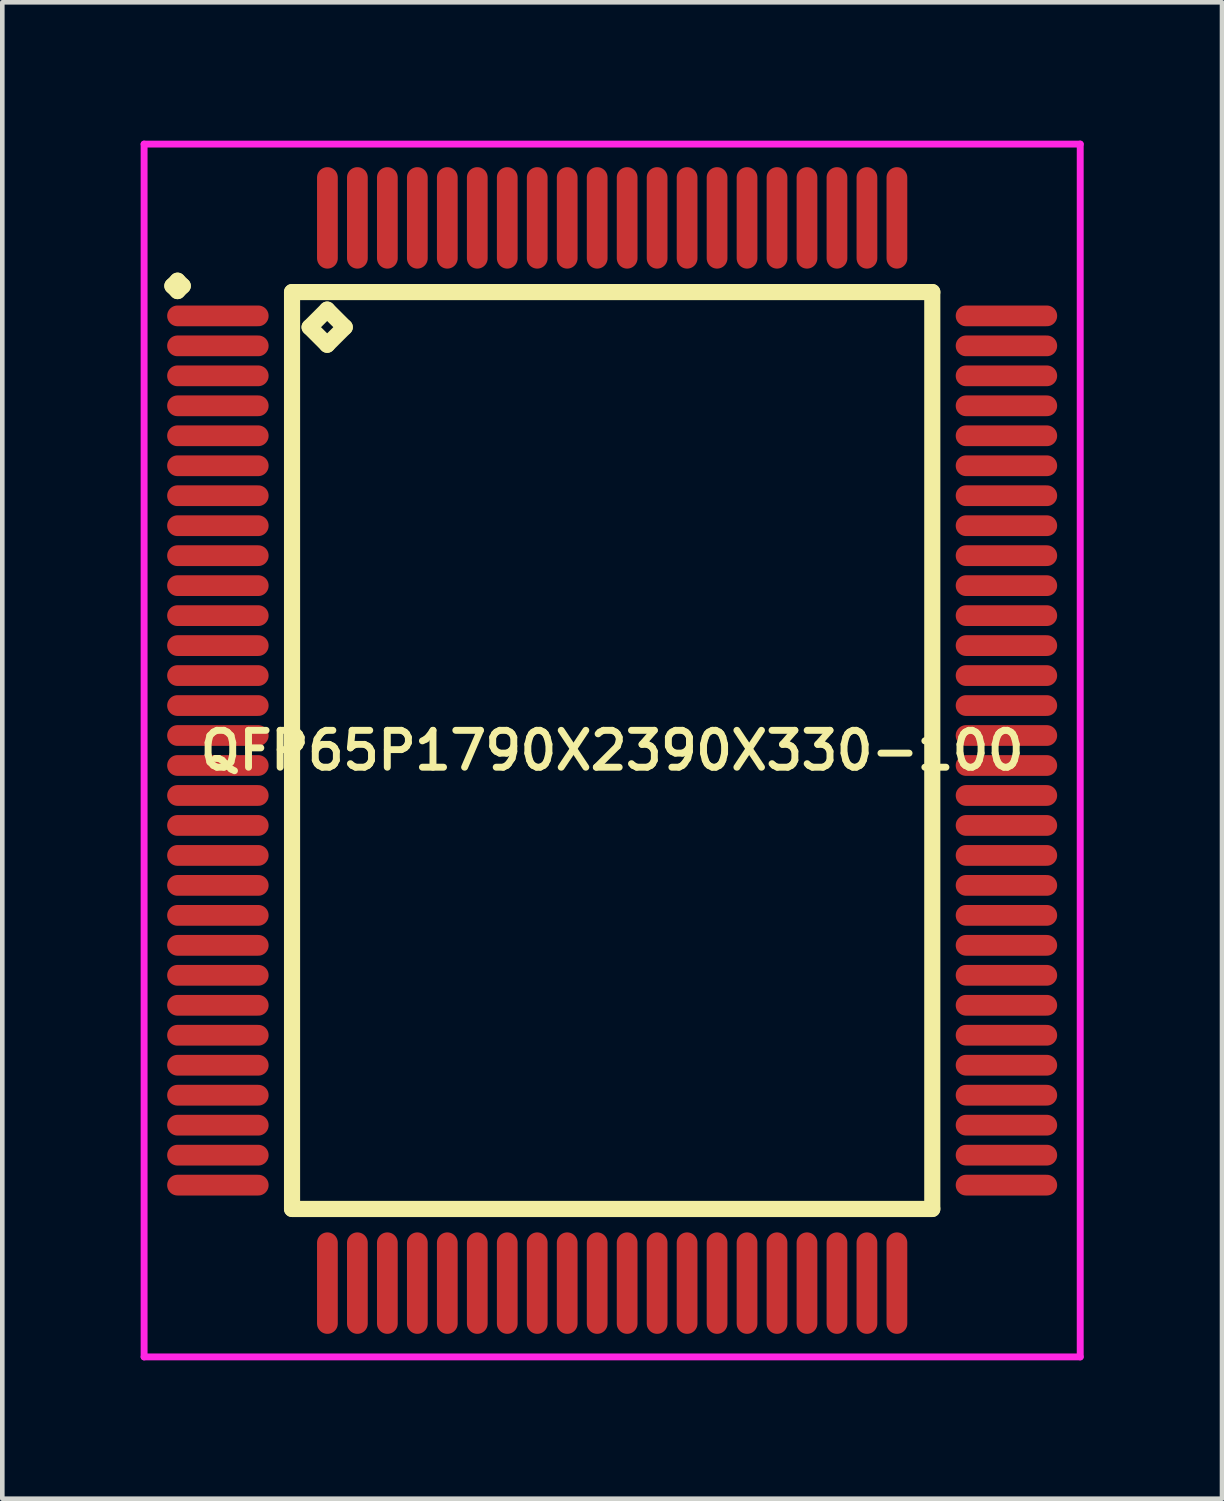
<source format=kicad_pcb>
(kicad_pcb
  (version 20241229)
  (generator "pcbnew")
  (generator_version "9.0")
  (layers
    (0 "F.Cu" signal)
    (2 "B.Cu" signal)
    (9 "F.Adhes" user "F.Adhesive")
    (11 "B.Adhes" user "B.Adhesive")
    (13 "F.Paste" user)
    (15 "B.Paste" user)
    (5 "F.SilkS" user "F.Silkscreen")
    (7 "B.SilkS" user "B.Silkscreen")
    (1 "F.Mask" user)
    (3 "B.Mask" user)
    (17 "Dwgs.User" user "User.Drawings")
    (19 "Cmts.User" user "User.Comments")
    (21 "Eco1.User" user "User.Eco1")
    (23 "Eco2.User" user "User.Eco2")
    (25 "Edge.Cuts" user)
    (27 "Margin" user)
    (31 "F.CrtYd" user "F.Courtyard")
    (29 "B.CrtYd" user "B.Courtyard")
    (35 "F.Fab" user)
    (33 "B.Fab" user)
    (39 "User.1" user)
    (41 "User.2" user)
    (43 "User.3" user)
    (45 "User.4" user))
  (footprint "QFP65P1790X2390X330-100"
    (layer "F.Cu")
    (at 10.225 13.225)
    (property "Reference" "QFP65P1790X2390X330-100" (at 0 0 0) (layer "F.SilkS") (effects (font (size 0.8 0.8) (thickness 0.15))))
    (attr smd)
    (fp_line (start -9.537 -10.075) (end -9.425 -10.188) (stroke (width 0.35) (type solid)) (layer "F.SilkS"))
    (fp_line (start -9.425 -10.188) (end -9.312 -10.075) (stroke (width 0.35) (type solid)) (layer "F.SilkS"))
    (fp_line (start -9.425 -9.963) (end -9.537 -10.075) (stroke (width 0.35) (type solid)) (layer "F.SilkS"))
    (fp_line (start -9.312 -10.075) (end -9.425 -9.963) (stroke (width 0.35) (type solid)) (layer "F.SilkS"))
    (fp_line (start -6.942 -9.942) (end -6.942 9.942) (stroke (width 0.35) (type solid)) (layer "F.SilkS"))
    (fp_line (start -6.942 9.942) (end 6.942 9.942) (stroke (width 0.35) (type solid)) (layer "F.SilkS"))
    (fp_line (start -6.561 -9.18) (end -6.18 -9.561) (stroke (width 0.35) (type solid)) (layer "F.SilkS"))
    (fp_line (start -6.18 -9.561) (end -5.799 -9.18) (stroke (width 0.35) (type solid)) (layer "F.SilkS"))
    (fp_line (start -6.18 -8.799) (end -6.561 -9.18) (stroke (width 0.35) (type solid)) (layer "F.SilkS"))
    (fp_line (start -5.799 -9.18) (end -6.18 -8.799) (stroke (width 0.35) (type solid)) (layer "F.SilkS"))
    (fp_line (start 6.942 -9.942) (end -6.942 -9.942) (stroke (width 0.35) (type solid)) (layer "F.SilkS"))
    (fp_line (start 6.942 9.942) (end 6.942 -9.942) (stroke (width 0.35) (type solid)) (layer "F.SilkS"))
    (fp_line (start -10.15 -13.15) (end 10.15 -13.15) (stroke (width 0.15) (type solid)) (layer "F.CrtYd"))
    (fp_line (start -10.15 13.15) (end -10.15 -13.15) (stroke (width 0.15) (type solid)) (layer "F.CrtYd"))
    (fp_line (start 10.15 -13.15) (end 10.15 13.15) (stroke (width 0.15) (type solid)) (layer "F.CrtYd"))
    (fp_line (start 10.15 13.15) (end -10.15 13.15) (stroke (width 0.15) (type solid)) (layer "F.CrtYd"))
    (pad "1" smd oval (at -8.55 -9.425) (size 2.2 0.45) (layers "F.Cu" "F.Mask" "F.Paste"))
    (pad "2" smd oval (at -8.55 -8.775) (size 2.2 0.45) (layers "F.Cu" "F.Mask" "F.Paste"))
    (pad "3" smd oval (at -8.55 -8.125) (size 2.2 0.45) (layers "F.Cu" "F.Mask" "F.Paste"))
    (pad "4" smd oval (at -8.55 -7.475) (size 2.2 0.45) (layers "F.Cu" "F.Mask" "F.Paste"))
    (pad "5" smd oval (at -8.55 -6.825) (size 2.2 0.45) (layers "F.Cu" "F.Mask" "F.Paste"))
    (pad "6" smd oval (at -8.55 -6.175) (size 2.2 0.45) (layers "F.Cu" "F.Mask" "F.Paste"))
    (pad "7" smd oval (at -8.55 -5.525) (size 2.2 0.45) (layers "F.Cu" "F.Mask" "F.Paste"))
    (pad "8" smd oval (at -8.55 -4.875) (size 2.2 0.45) (layers "F.Cu" "F.Mask" "F.Paste"))
    (pad "9" smd oval (at -8.55 -4.225) (size 2.2 0.45) (layers "F.Cu" "F.Mask" "F.Paste"))
    (pad "10" smd oval (at -8.55 -3.575) (size 2.2 0.45) (layers "F.Cu" "F.Mask" "F.Paste"))
    (pad "11" smd oval (at -8.55 -2.925) (size 2.2 0.45) (layers "F.Cu" "F.Mask" "F.Paste"))
    (pad "12" smd oval (at -8.55 -2.275) (size 2.2 0.45) (layers "F.Cu" "F.Mask" "F.Paste"))
    (pad "13" smd oval (at -8.55 -1.625) (size 2.2 0.45) (layers "F.Cu" "F.Mask" "F.Paste"))
    (pad "14" smd oval (at -8.55 -0.975) (size 2.2 0.45) (layers "F.Cu" "F.Mask" "F.Paste"))
    (pad "15" smd oval (at -8.55 -0.325) (size 2.2 0.45) (layers "F.Cu" "F.Mask" "F.Paste"))
    (pad "16" smd oval (at -8.55 0.325) (size 2.2 0.45) (layers "F.Cu" "F.Mask" "F.Paste"))
    (pad "17" smd oval (at -8.55 0.975) (size 2.2 0.45) (layers "F.Cu" "F.Mask" "F.Paste"))
    (pad "18" smd oval (at -8.55 1.625) (size 2.2 0.45) (layers "F.Cu" "F.Mask" "F.Paste"))
    (pad "19" smd oval (at -8.55 2.275) (size 2.2 0.45) (layers "F.Cu" "F.Mask" "F.Paste"))
    (pad "20" smd oval (at -8.55 2.925) (size 2.2 0.45) (layers "F.Cu" "F.Mask" "F.Paste"))
    (pad "21" smd oval (at -8.55 3.575) (size 2.2 0.45) (layers "F.Cu" "F.Mask" "F.Paste"))
    (pad "22" smd oval (at -8.55 4.225) (size 2.2 0.45) (layers "F.Cu" "F.Mask" "F.Paste"))
    (pad "23" smd oval (at -8.55 4.875) (size 2.2 0.45) (layers "F.Cu" "F.Mask" "F.Paste"))
    (pad "24" smd oval (at -8.55 5.525) (size 2.2 0.45) (layers "F.Cu" "F.Mask" "F.Paste"))
    (pad "25" smd oval (at -8.55 6.175) (size 2.2 0.45) (layers "F.Cu" "F.Mask" "F.Paste"))
    (pad "26" smd oval (at -8.55 6.825) (size 2.2 0.45) (layers "F.Cu" "F.Mask" "F.Paste"))
    (pad "27" smd oval (at -8.55 7.475) (size 2.2 0.45) (layers "F.Cu" "F.Mask" "F.Paste"))
    (pad "28" smd oval (at -8.55 8.125) (size 2.2 0.45) (layers "F.Cu" "F.Mask" "F.Paste"))
    (pad "29" smd oval (at -8.55 8.775) (size 2.2 0.45) (layers "F.Cu" "F.Mask" "F.Paste"))
    (pad "30" smd oval (at -8.55 9.425) (size 2.2 0.45) (layers "F.Cu" "F.Mask" "F.Paste"))
    (pad "31" smd oval (at -6.175 11.55) (size 0.45 2.2) (layers "F.Cu" "F.Mask" "F.Paste"))
    (pad "32" smd oval (at -5.525 11.55) (size 0.45 2.2) (layers "F.Cu" "F.Mask" "F.Paste"))
    (pad "33" smd oval (at -4.875 11.55) (size 0.45 2.2) (layers "F.Cu" "F.Mask" "F.Paste"))
    (pad "34" smd oval (at -4.225 11.55) (size 0.45 2.2) (layers "F.Cu" "F.Mask" "F.Paste"))
    (pad "35" smd oval (at -3.575 11.55) (size 0.45 2.2) (layers "F.Cu" "F.Mask" "F.Paste"))
    (pad "36" smd oval (at -2.925 11.55) (size 0.45 2.2) (layers "F.Cu" "F.Mask" "F.Paste"))
    (pad "37" smd oval (at -2.275 11.55) (size 0.45 2.2) (layers "F.Cu" "F.Mask" "F.Paste"))
    (pad "38" smd oval (at -1.625 11.55) (size 0.45 2.2) (layers "F.Cu" "F.Mask" "F.Paste"))
    (pad "39" smd oval (at -0.975 11.55) (size 0.45 2.2) (layers "F.Cu" "F.Mask" "F.Paste"))
    (pad "40" smd oval (at -0.325 11.55) (size 0.45 2.2) (layers "F.Cu" "F.Mask" "F.Paste"))
    (pad "41" smd oval (at 0.325 11.55) (size 0.45 2.2) (layers "F.Cu" "F.Mask" "F.Paste"))
    (pad "42" smd oval (at 0.975 11.55) (size 0.45 2.2) (layers "F.Cu" "F.Mask" "F.Paste"))
    (pad "43" smd oval (at 1.625 11.55) (size 0.45 2.2) (layers "F.Cu" "F.Mask" "F.Paste"))
    (pad "44" smd oval (at 2.275 11.55) (size 0.45 2.2) (layers "F.Cu" "F.Mask" "F.Paste"))
    (pad "45" smd oval (at 2.925 11.55) (size 0.45 2.2) (layers "F.Cu" "F.Mask" "F.Paste"))
    (pad "46" smd oval (at 3.575 11.55) (size 0.45 2.2) (layers "F.Cu" "F.Mask" "F.Paste"))
    (pad "47" smd oval (at 4.225 11.55) (size 0.45 2.2) (layers "F.Cu" "F.Mask" "F.Paste"))
    (pad "48" smd oval (at 4.875 11.55) (size 0.45 2.2) (layers "F.Cu" "F.Mask" "F.Paste"))
    (pad "49" smd oval (at 5.525 11.55) (size 0.45 2.2) (layers "F.Cu" "F.Mask" "F.Paste"))
    (pad "50" smd oval (at 6.175 11.55) (size 0.45 2.2) (layers "F.Cu" "F.Mask" "F.Paste"))
    (pad "51" smd oval (at 8.55 9.425) (size 2.2 0.45) (layers "F.Cu" "F.Mask" "F.Paste"))
    (pad "52" smd oval (at 8.55 8.775) (size 2.2 0.45) (layers "F.Cu" "F.Mask" "F.Paste"))
    (pad "53" smd oval (at 8.55 8.125) (size 2.2 0.45) (layers "F.Cu" "F.Mask" "F.Paste"))
    (pad "54" smd oval (at 8.55 7.475) (size 2.2 0.45) (layers "F.Cu" "F.Mask" "F.Paste"))
    (pad "55" smd oval (at 8.55 6.825) (size 2.2 0.45) (layers "F.Cu" "F.Mask" "F.Paste"))
    (pad "56" smd oval (at 8.55 6.175) (size 2.2 0.45) (layers "F.Cu" "F.Mask" "F.Paste"))
    (pad "57" smd oval (at 8.55 5.525) (size 2.2 0.45) (layers "F.Cu" "F.Mask" "F.Paste"))
    (pad "58" smd oval (at 8.55 4.875) (size 2.2 0.45) (layers "F.Cu" "F.Mask" "F.Paste"))
    (pad "59" smd oval (at 8.55 4.225) (size 2.2 0.45) (layers "F.Cu" "F.Mask" "F.Paste"))
    (pad "60" smd oval (at 8.55 3.575) (size 2.2 0.45) (layers "F.Cu" "F.Mask" "F.Paste"))
    (pad "61" smd oval (at 8.55 2.925) (size 2.2 0.45) (layers "F.Cu" "F.Mask" "F.Paste"))
    (pad "62" smd oval (at 8.55 2.275) (size 2.2 0.45) (layers "F.Cu" "F.Mask" "F.Paste"))
    (pad "63" smd oval (at 8.55 1.625) (size 2.2 0.45) (layers "F.Cu" "F.Mask" "F.Paste"))
    (pad "64" smd oval (at 8.55 0.975) (size 2.2 0.45) (layers "F.Cu" "F.Mask" "F.Paste"))
    (pad "65" smd oval (at 8.55 0.325) (size 2.2 0.45) (layers "F.Cu" "F.Mask" "F.Paste"))
    (pad "66" smd oval (at 8.55 -0.325) (size 2.2 0.45) (layers "F.Cu" "F.Mask" "F.Paste"))
    (pad "67" smd oval (at 8.55 -0.975) (size 2.2 0.45) (layers "F.Cu" "F.Mask" "F.Paste"))
    (pad "68" smd oval (at 8.55 -1.625) (size 2.2 0.45) (layers "F.Cu" "F.Mask" "F.Paste"))
    (pad "69" smd oval (at 8.55 -2.275) (size 2.2 0.45) (layers "F.Cu" "F.Mask" "F.Paste"))
    (pad "70" smd oval (at 8.55 -2.925) (size 2.2 0.45) (layers "F.Cu" "F.Mask" "F.Paste"))
    (pad "71" smd oval (at 8.55 -3.575) (size 2.2 0.45) (layers "F.Cu" "F.Mask" "F.Paste"))
    (pad "72" smd oval (at 8.55 -4.225) (size 2.2 0.45) (layers "F.Cu" "F.Mask" "F.Paste"))
    (pad "73" smd oval (at 8.55 -4.875) (size 2.2 0.45) (layers "F.Cu" "F.Mask" "F.Paste"))
    (pad "74" smd oval (at 8.55 -5.525) (size 2.2 0.45) (layers "F.Cu" "F.Mask" "F.Paste"))
    (pad "75" smd oval (at 8.55 -6.175) (size 2.2 0.45) (layers "F.Cu" "F.Mask" "F.Paste"))
    (pad "76" smd oval (at 8.55 -6.825) (size 2.2 0.45) (layers "F.Cu" "F.Mask" "F.Paste"))
    (pad "77" smd oval (at 8.55 -7.475) (size 2.2 0.45) (layers "F.Cu" "F.Mask" "F.Paste"))
    (pad "78" smd oval (at 8.55 -8.125) (size 2.2 0.45) (layers "F.Cu" "F.Mask" "F.Paste"))
    (pad "79" smd oval (at 8.55 -8.775) (size 2.2 0.45) (layers "F.Cu" "F.Mask" "F.Paste"))
    (pad "80" smd oval (at 8.55 -9.425) (size 2.2 0.45) (layers "F.Cu" "F.Mask" "F.Paste"))
    (pad "81" smd oval (at 6.175 -11.55) (size 0.45 2.2) (layers "F.Cu" "F.Mask" "F.Paste"))
    (pad "82" smd oval (at 5.525 -11.55) (size 0.45 2.2) (layers "F.Cu" "F.Mask" "F.Paste"))
    (pad "83" smd oval (at 4.875 -11.55) (size 0.45 2.2) (layers "F.Cu" "F.Mask" "F.Paste"))
    (pad "84" smd oval (at 4.225 -11.55) (size 0.45 2.2) (layers "F.Cu" "F.Mask" "F.Paste"))
    (pad "85" smd oval (at 3.575 -11.55) (size 0.45 2.2) (layers "F.Cu" "F.Mask" "F.Paste"))
    (pad "86" smd oval (at 2.925 -11.55) (size 0.45 2.2) (layers "F.Cu" "F.Mask" "F.Paste"))
    (pad "87" smd oval (at 2.275 -11.55) (size 0.45 2.2) (layers "F.Cu" "F.Mask" "F.Paste"))
    (pad "88" smd oval (at 1.625 -11.55) (size 0.45 2.2) (layers "F.Cu" "F.Mask" "F.Paste"))
    (pad "89" smd oval (at 0.975 -11.55) (size 0.45 2.2) (layers "F.Cu" "F.Mask" "F.Paste"))
    (pad "90" smd oval (at 0.325 -11.55) (size 0.45 2.2) (layers "F.Cu" "F.Mask" "F.Paste"))
    (pad "91" smd oval (at -0.325 -11.55) (size 0.45 2.2) (layers "F.Cu" "F.Mask" "F.Paste"))
    (pad "92" smd oval (at -0.975 -11.55) (size 0.45 2.2) (layers "F.Cu" "F.Mask" "F.Paste"))
    (pad "93" smd oval (at -1.625 -11.55) (size 0.45 2.2) (layers "F.Cu" "F.Mask" "F.Paste"))
    (pad "94" smd oval (at -2.275 -11.55) (size 0.45 2.2) (layers "F.Cu" "F.Mask" "F.Paste"))
    (pad "95" smd oval (at -2.925 -11.55) (size 0.45 2.2) (layers "F.Cu" "F.Mask" "F.Paste"))
    (pad "96" smd oval (at -3.575 -11.55) (size 0.45 2.2) (layers "F.Cu" "F.Mask" "F.Paste"))
    (pad "97" smd oval (at -4.225 -11.55) (size 0.45 2.2) (layers "F.Cu" "F.Mask" "F.Paste"))
    (pad "98" smd oval (at -4.875 -11.55) (size 0.45 2.2) (layers "F.Cu" "F.Mask" "F.Paste"))
    (pad "99" smd oval (at -5.525 -11.55) (size 0.45 2.2) (layers "F.Cu" "F.Mask" "F.Paste"))
    (pad "100" smd oval (at -6.175 -11.55) (size 0.45 2.2) (layers "F.Cu" "F.Mask" "F.Paste")))
  (gr_rect
    (start -3 -3)
    (end 23.45 29.45)
    (stroke (width 0.1) (type default))
    (fill no)
    (layer "Edge.Cuts")))
</source>
